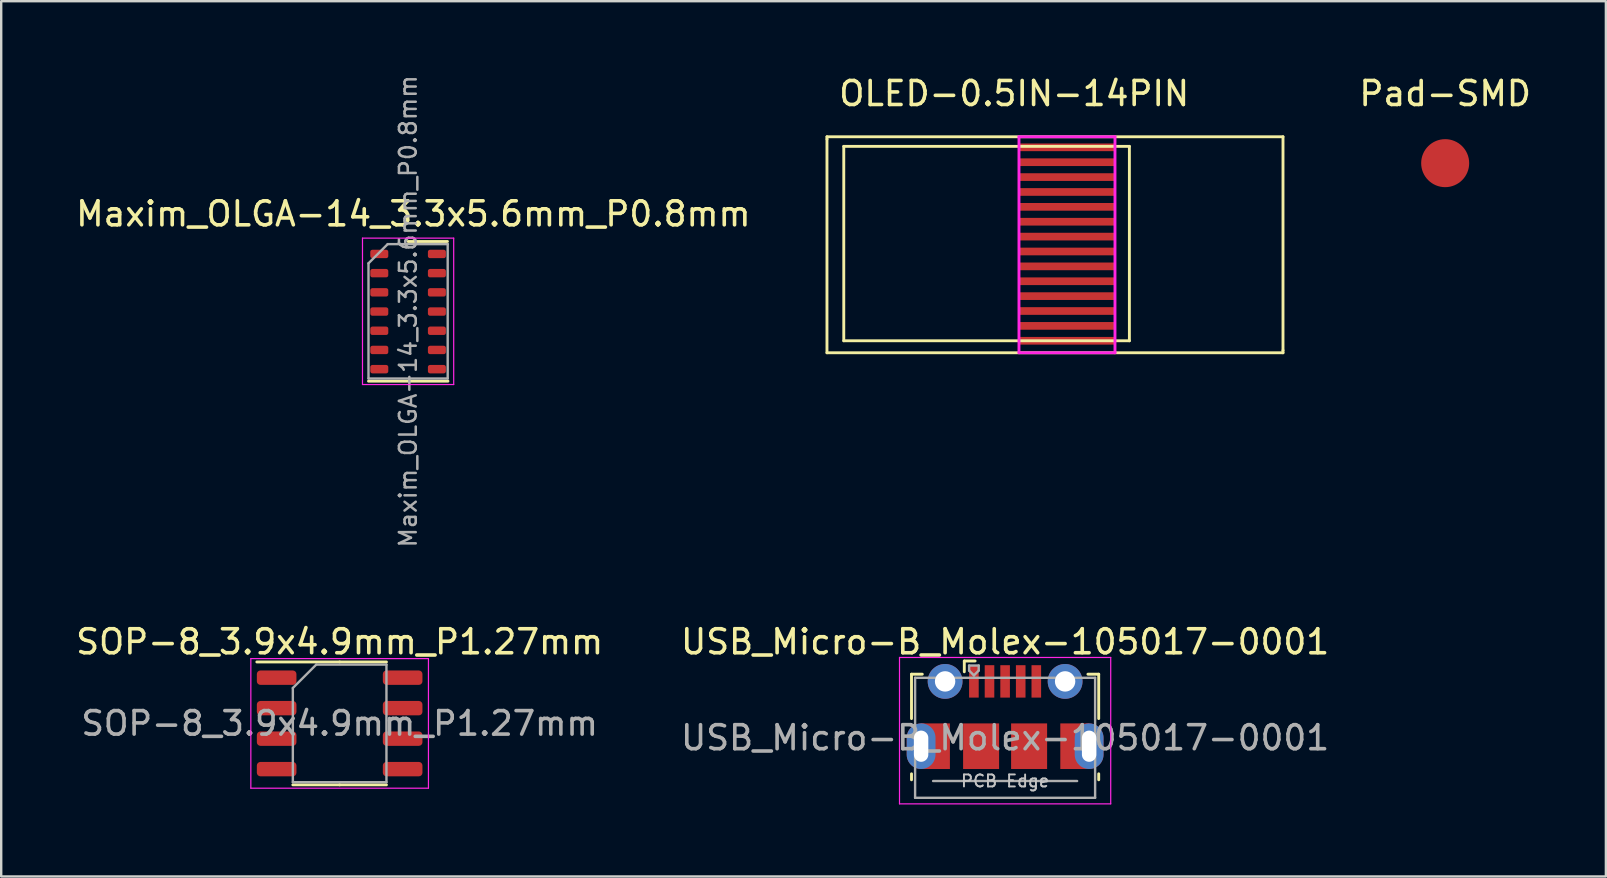
<source format=kicad_pcb>
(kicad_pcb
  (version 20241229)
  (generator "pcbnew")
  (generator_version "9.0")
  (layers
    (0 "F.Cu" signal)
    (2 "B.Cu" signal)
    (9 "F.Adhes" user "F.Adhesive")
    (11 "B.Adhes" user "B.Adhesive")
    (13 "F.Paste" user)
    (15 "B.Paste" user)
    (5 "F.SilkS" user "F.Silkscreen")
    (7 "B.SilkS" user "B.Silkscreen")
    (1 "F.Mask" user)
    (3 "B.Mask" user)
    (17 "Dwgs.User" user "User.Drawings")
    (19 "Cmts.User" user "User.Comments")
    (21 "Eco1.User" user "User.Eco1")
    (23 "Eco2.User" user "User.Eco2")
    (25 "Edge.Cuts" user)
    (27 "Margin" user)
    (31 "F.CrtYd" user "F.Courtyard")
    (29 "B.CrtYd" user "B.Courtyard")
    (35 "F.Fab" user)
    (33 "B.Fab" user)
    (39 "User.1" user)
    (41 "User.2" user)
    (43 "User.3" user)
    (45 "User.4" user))
  (footprint "USB_Micro-B_Molex-105017-0001"
    (layer "F.Cu")
    (at 38.827 26.802)
    (property "Reference" "USB_Micro-B_Molex-105017-0001" (at 0 -3.112 0) (layer "F.SilkS") (effects (font (size 1 1) (thickness 0.15))))
    (attr smd)
    (fp_line (start -3.9 -1.762) (end -3.45 -1.762) (stroke (width 0.12) (type solid)) (layer "F.SilkS"))
    (fp_line (start -3.9 0.087) (end -3.9 -1.762) (stroke (width 0.12) (type solid)) (layer "F.SilkS"))
    (fp_line (start -3.9 2.638) (end -3.9 2.388) (stroke (width 0.12) (type solid)) (layer "F.SilkS"))
    (fp_line (start -1.7 -2.312) (end -1.7 -1.863) (stroke (width 0.12) (type solid)) (layer "F.SilkS"))
    (fp_line (start -1.7 -2.312) (end -1.25 -2.312) (stroke (width 0.12) (type solid)) (layer "F.SilkS"))
    (fp_line (start 3.9 -1.762) (end 3.45 -1.762) (stroke (width 0.12) (type solid)) (layer "F.SilkS"))
    (fp_line (start 3.9 0.087) (end 3.9 -1.762) (stroke (width 0.12) (type solid)) (layer "F.SilkS"))
    (fp_line (start 3.9 2.638) (end 3.9 2.388) (stroke (width 0.12) (type solid)) (layer "F.SilkS"))
    (fp_line (start -4.4 -2.46) (end 4.4 -2.46) (stroke (width 0.05) (type solid)) (layer "F.CrtYd"))
    (fp_line (start -4.4 3.64) (end -4.4 -2.46) (stroke (width 0.05) (type solid)) (layer "F.CrtYd"))
    (fp_line (start -4.4 3.64) (end 4.4 3.64) (stroke (width 0.05) (type solid)) (layer "F.CrtYd"))
    (fp_line (start 4.4 -2.46) (end 4.4 3.64) (stroke (width 0.05) (type solid)) (layer "F.CrtYd"))
    (fp_line (start -3.75 -1.613) (end 3.75 -1.613) (stroke (width 0.1) (type solid)) (layer "F.Fab"))
    (fp_line (start -3.75 3.388) (end -3.75 -1.613) (stroke (width 0.1) (type solid)) (layer "F.Fab"))
    (fp_line (start -3.75 3.389) (end 3.75 3.389) (stroke (width 0.1) (type solid)) (layer "F.Fab"))
    (fp_line (start -3 2.689) (end 3 2.689) (stroke (width 0.1) (type solid)) (layer "F.Fab"))
    (fp_line (start -1.5 -2.123) (end -1.5 -1.913) (stroke (width 0.1) (type solid)) (layer "F.Fab"))
    (fp_line (start -1.5 -2.123) (end -1.1 -2.123) (stroke (width 0.1) (type solid)) (layer "F.Fab"))
    (fp_line (start -1.3 -1.712) (end -1.5 -1.913) (stroke (width 0.1) (type solid)) (layer "F.Fab"))
    (fp_line (start -1.1 -2.123) (end -1.1 -1.913) (stroke (width 0.1) (type solid)) (layer "F.Fab"))
    (fp_line (start -1.1 -1.913) (end -1.3 -1.712) (stroke (width 0.1) (type solid)) (layer "F.Fab"))
    (fp_line (start 3.75 3.388) (end 3.75 -1.613) (stroke (width 0.1) (type solid)) (layer "F.Fab"))
    (fp_text user "PCB Edge" (at 0 2.688 0) (layer "Dwgs.User") (effects (font (size 0.5 0.5) (thickness 0.08))))
    (fp_text user "${REFERENCE}" (at 0 0.887 0) (layer "F.Fab") (effects (font (size 1 1) (thickness 0.15))))
    (pad "1" smd rect (at -1.3 -1.462) (size 0.4 1.35) (layers "F.Cu" "F.Mask" "F.Paste"))
    (pad "2" smd rect (at -0.65 -1.462) (size 0.4 1.35) (layers "F.Cu" "F.Mask" "F.Paste"))
    (pad "3" smd rect (at 0 -1.462) (size 0.4 1.35) (layers "F.Cu" "F.Mask" "F.Paste"))
    (pad "4" smd rect (at 0.65 -1.462) (size 0.4 1.35) (layers "F.Cu" "F.Mask" "F.Paste"))
    (pad "5" smd rect (at 1.3 -1.462) (size 0.4 1.35) (layers "F.Cu" "F.Mask" "F.Paste"))
    (pad "6" thru_hole oval (at -3.5 1.238 180) (size 1.2 1.9) (drill oval 0.6 1.3) (layers "*.Cu" "*.Mask"))
    (pad "6" smd rect (at -2.9 1.238) (size 1.2 1.9) (layers "F.Cu" "F.Mask"))
    (pad "6" thru_hole circle (at -2.5 -1.462) (size 1.45 1.45) (drill 0.85) (layers "*.Cu" "*.Mask"))
    (pad "6" smd rect (at -1 1.238) (size 1.5 1.9) (layers "F.Cu" "F.Mask" "F.Paste"))
    (pad "6" smd rect (at 1 1.238) (size 1.5 1.9) (layers "F.Cu" "F.Mask" "F.Paste"))
    (pad "6" thru_hole circle (at 2.5 -1.462) (size 1.45 1.45) (drill 0.85) (layers "*.Cu" "*.Mask"))
    (pad "6" smd rect (at 2.9 1.238) (size 1.2 1.9) (layers "F.Cu" "F.Mask"))
    (pad "6" thru_hole oval (at 3.5 1.238) (size 1.2 1.9) (drill oval 0.6 1.3) (layers "*.Cu" "*.Mask")))
  (footprint "Pad-SMD"
    (layer "F.Cu")
    (at 57.162 2.648)
    (property "Reference" "Pad-SMD" (at 0 -1.8 0) (layer "F.SilkS") (effects (font (size 1 1) (thickness 0.15))))
    (attr through_hole)
    (pad "1" smd circle (at 0 1.1) (size 2 2) (layers "F.Cu" "F.Mask" "F.Paste")))
  (footprint "OLED-0.5IN-14PIN"
    (layer "F.Cu")
    (at 39.405 2.648)
    (property "Reference" "OLED-0.5IN-14PIN" (at -0.2 -1.8 0) (layer "F.SilkS") (effects (font (size 1 1) (thickness 0.15))))
    (attr through_hole)
    (fp_line (start -8 0) (end 11 0) (stroke (width 0.12) (type solid)) (layer "F.SilkS"))
    (fp_line (start -8 0.1) (end -8 0) (stroke (width 0.12) (type solid)) (layer "F.SilkS"))
    (fp_line (start -8 9) (end -8 0.1) (stroke (width 0.12) (type solid)) (layer "F.SilkS"))
    (fp_line (start -7.3 0.4) (end 4.6 0.4) (stroke (width 0.12) (type solid)) (layer "F.SilkS"))
    (fp_line (start -7.3 8.5) (end -7.3 0.4) (stroke (width 0.12) (type solid)) (layer "F.SilkS"))
    (fp_line (start 4.6 0.4) (end 4.6 8.5) (stroke (width 0.12) (type solid)) (layer "F.SilkS"))
    (fp_line (start 4.6 8.5) (end -7.3 8.5) (stroke (width 0.12) (type solid)) (layer "F.SilkS"))
    (fp_line (start 11 0) (end 11 8.9) (stroke (width 0.12) (type solid)) (layer "F.SilkS"))
    (fp_line (start 11 8.9) (end 11 9) (stroke (width 0.12) (type solid)) (layer "F.SilkS"))
    (fp_line (start 11 9) (end -8 9) (stroke (width 0.12) (type solid)) (layer "F.SilkS"))
    (fp_line (start 0 0) (end 4 0) (stroke (width 0.12) (type solid)) (layer "F.CrtYd"))
    (fp_line (start 0 9) (end 0 0) (stroke (width 0.12) (type solid)) (layer "F.CrtYd"))
    (fp_line (start 4 0) (end 4 9) (stroke (width 0.12) (type solid)) (layer "F.CrtYd"))
    (fp_line (start 4 9) (end 0 9) (stroke (width 0.12) (type solid)) (layer "F.CrtYd"))
    (pad "1" smd rect (at 2 8.5) (size 4 0.32) (layers "F.Cu" "F.Mask" "F.Paste"))
    (pad "2" smd rect (at 2 7.88) (size 4 0.32) (layers "F.Cu" "F.Mask" "F.Paste"))
    (pad "3" smd rect (at 2 7.26) (size 4 0.32) (layers "F.Cu" "F.Mask" "F.Paste"))
    (pad "4" smd rect (at 2 6.64) (size 4 0.32) (layers "F.Cu" "F.Mask" "F.Paste"))
    (pad "5" smd rect (at 2 6.02) (size 4 0.32) (layers "F.Cu" "F.Mask" "F.Paste"))
    (pad "6" smd rect (at 2 5.4) (size 4 0.32) (layers "F.Cu" "F.Mask" "F.Paste"))
    (pad "7" smd rect (at 2 4.78) (size 4 0.32) (layers "F.Cu" "F.Mask" "F.Paste"))
    (pad "8" smd rect (at 2 4.16) (size 4 0.32) (layers "F.Cu" "F.Mask" "F.Paste"))
    (pad "9" smd rect (at 2 3.54) (size 4 0.32) (layers "F.Cu" "F.Mask" "F.Paste"))
    (pad "10" smd rect (at 2 2.92) (size 4 0.32) (layers "F.Cu" "F.Mask" "F.Paste"))
    (pad "11" smd rect (at 2 2.3) (size 4 0.32) (layers "F.Cu" "F.Mask" "F.Paste"))
    (pad "12" smd rect (at 2 1.68) (size 4 0.32) (layers "F.Cu" "F.Mask" "F.Paste"))
    (pad "13" smd rect (at 2 1.06) (size 4 0.32) (layers "F.Cu" "F.Mask" "F.Paste"))
    (pad "14" smd rect (at 2 0.44) (size 4 0.32) (layers "F.Cu" "F.Mask" "F.Paste")))
  (footprint "Maxim_OLGA-14_3.3x5.6mm_P0.8mm"
    (layer "F.Cu")
    (at 13.953 9.931)
    (property "Reference" "Maxim_OLGA-14_3.3x5.6mm_P0.8mm" (at 0.22 -4.07 0) (layer "F.SilkS") (effects (font (size 1 1) (thickness 0.15))))
    (attr smd)
    (fp_line (start 0 -2.92) (end 1.64 -2.92) (stroke (width 0.12) (type solid)) (layer "F.SilkS"))
    (fp_line (start 1.66 2.9) (end -1.65 2.9) (stroke (width 0.12) (type solid)) (layer "F.SilkS"))
    (fp_line (start -1.9 -3.06) (end -1.9 3.04) (stroke (width 0.05) (type solid)) (layer "F.CrtYd"))
    (fp_line (start -1.9 -3.06) (end 1.9 -3.06) (stroke (width 0.05) (type solid)) (layer "F.CrtYd"))
    (fp_line (start 1.9 3.04) (end -1.9 3.04) (stroke (width 0.05) (type solid)) (layer "F.CrtYd"))
    (fp_line (start 1.9 3.04) (end 1.9 -3.06) (stroke (width 0.05) (type solid)) (layer "F.CrtYd"))
    (fp_line (start -1.65 -2.01) (end -0.85 -2.81) (stroke (width 0.1) (type solid)) (layer "F.Fab"))
    (fp_line (start -1.65 2.79) (end -1.65 -2.01) (stroke (width 0.1) (type solid)) (layer "F.Fab"))
    (fp_line (start -1.65 2.79) (end 1.65 2.79) (stroke (width 0.1) (type solid)) (layer "F.Fab"))
    (fp_line (start -0.85 -2.81) (end 1.65 -2.81) (stroke (width 0.1) (type solid)) (layer "F.Fab"))
    (fp_line (start 1.65 2.79) (end 1.65 -2.81) (stroke (width 0.1) (type solid)) (layer "F.Fab"))
    (fp_text user "${REFERENCE}" (at 0 -0.01 90) (layer "F.Fab") (effects (font (size 0.7 0.7) (thickness 0.105))))
    (pad "1" smd roundrect (at -1.2 -2.4) (size 0.75 0.35) (layers "F.Cu" "F.Mask" "F.Paste") (roundrect_rratio 0.25))
    (pad "2" smd roundrect (at -1.2 -1.6) (size 0.75 0.35) (layers "F.Cu" "F.Mask" "F.Paste") (roundrect_rratio 0.25))
    (pad "3" smd roundrect (at -1.2 -0.8) (size 0.75 0.35) (layers "F.Cu" "F.Mask" "F.Paste") (roundrect_rratio 0.25))
    (pad "4" smd roundrect (at -1.2 0) (size 0.75 0.35) (layers "F.Cu" "F.Mask" "F.Paste") (roundrect_rratio 0.25))
    (pad "5" smd roundrect (at -1.2 0.8) (size 0.75 0.35) (layers "F.Cu" "F.Mask" "F.Paste") (roundrect_rratio 0.25))
    (pad "6" smd roundrect (at -1.2 1.6) (size 0.75 0.35) (layers "F.Cu" "F.Mask" "F.Paste") (roundrect_rratio 0.25))
    (pad "7" smd roundrect (at -1.2 2.4) (size 0.75 0.35) (layers "F.Cu" "F.Mask" "F.Paste") (roundrect_rratio 0.25))
    (pad "8" smd roundrect (at 1.2 2.4) (size 0.75 0.35) (layers "F.Cu" "F.Mask" "F.Paste") (roundrect_rratio 0.25))
    (pad "9" smd roundrect (at 1.2 1.6) (size 0.75 0.35) (layers "F.Cu" "F.Mask" "F.Paste") (roundrect_rratio 0.25))
    (pad "10" smd roundrect (at 1.2 0.8) (size 0.75 0.35) (layers "F.Cu" "F.Mask" "F.Paste") (roundrect_rratio 0.25))
    (pad "11" smd roundrect (at 1.2 0) (size 0.75 0.35) (layers "F.Cu" "F.Mask" "F.Paste") (roundrect_rratio 0.25))
    (pad "12" smd roundrect (at 1.2 -0.8) (size 0.75 0.35) (layers "F.Cu" "F.Mask" "F.Paste") (roundrect_rratio 0.25))
    (pad "13" smd roundrect (at 1.2 -1.6) (size 0.75 0.35) (layers "F.Cu" "F.Mask" "F.Paste") (roundrect_rratio 0.25))
    (pad "14" smd roundrect (at 1.2 -2.4) (size 0.75 0.35) (layers "F.Cu" "F.Mask" "F.Paste") (roundrect_rratio 0.25)))
  (footprint "SOP-8_3.9x4.9mm_P1.27mm"
    (layer "F.Cu")
    (at 11.101 27.09)
    (property "Reference" "SOP-8_3.9x4.9mm_P1.27mm" (at 0 -3.4 0) (layer "F.SilkS") (effects (font (size 1 1) (thickness 0.15))))
    (attr smd)
    (fp_line (start 0 -2.56) (end -3.45 -2.56) (stroke (width 0.12) (type solid)) (layer "F.SilkS"))
    (fp_line (start 0 -2.56) (end 1.95 -2.56) (stroke (width 0.12) (type solid)) (layer "F.SilkS"))
    (fp_line (start 0 2.56) (end -1.95 2.56) (stroke (width 0.12) (type solid)) (layer "F.SilkS"))
    (fp_line (start 0 2.56) (end 1.95 2.56) (stroke (width 0.12) (type solid)) (layer "F.SilkS"))
    (fp_line (start -3.7 -2.7) (end -3.7 2.7) (stroke (width 0.05) (type solid)) (layer "F.CrtYd"))
    (fp_line (start -3.7 2.7) (end 3.7 2.7) (stroke (width 0.05) (type solid)) (layer "F.CrtYd"))
    (fp_line (start 3.7 -2.7) (end -3.7 -2.7) (stroke (width 0.05) (type solid)) (layer "F.CrtYd"))
    (fp_line (start 3.7 2.7) (end 3.7 -2.7) (stroke (width 0.05) (type solid)) (layer "F.CrtYd"))
    (fp_line (start -1.95 -1.475) (end -0.975 -2.45) (stroke (width 0.1) (type solid)) (layer "F.Fab"))
    (fp_line (start -1.95 2.45) (end -1.95 -1.475) (stroke (width 0.1) (type solid)) (layer "F.Fab"))
    (fp_line (start -0.975 -2.45) (end 1.95 -2.45) (stroke (width 0.1) (type solid)) (layer "F.Fab"))
    (fp_line (start 1.95 -2.45) (end 1.95 2.45) (stroke (width 0.1) (type solid)) (layer "F.Fab"))
    (fp_line (start 1.95 2.45) (end -1.95 2.45) (stroke (width 0.1) (type solid)) (layer "F.Fab"))
    (fp_text user "${REFERENCE}" (at 0 0 0) (layer "F.Fab") (effects (font (size 0.98 0.98) (thickness 0.15))))
    (pad "1" smd roundrect (at -2.625 -1.905) (size 1.65 0.6) (layers "F.Cu" "F.Mask" "F.Paste") (roundrect_rratio 0.25))
    (pad "2" smd roundrect (at -2.625 -0.635) (size 1.65 0.6) (layers "F.Cu" "F.Mask" "F.Paste") (roundrect_rratio 0.25))
    (pad "3" smd roundrect (at -2.625 0.635) (size 1.65 0.6) (layers "F.Cu" "F.Mask" "F.Paste") (roundrect_rratio 0.25))
    (pad "4" smd roundrect (at -2.625 1.905) (size 1.65 0.6) (layers "F.Cu" "F.Mask" "F.Paste") (roundrect_rratio 0.25))
    (pad "5" smd roundrect (at 2.625 1.905) (size 1.65 0.6) (layers "F.Cu" "F.Mask" "F.Paste") (roundrect_rratio 0.25))
    (pad "6" smd roundrect (at 2.625 0.635) (size 1.65 0.6) (layers "F.Cu" "F.Mask" "F.Paste") (roundrect_rratio 0.25))
    (pad "7" smd roundrect (at 2.625 -0.635) (size 1.65 0.6) (layers "F.Cu" "F.Mask" "F.Paste") (roundrect_rratio 0.25))
    (pad "8" smd roundrect (at 2.625 -1.905) (size 1.65 0.6) (layers "F.Cu" "F.Mask" "F.Paste") (roundrect_rratio 0.25)))
  (gr_rect
    (start -3 -3)
    (end 63.858 33.467)
    (stroke (width 0.1) (type default))
    (fill no)
    (layer "Edge.Cuts")))
</source>
